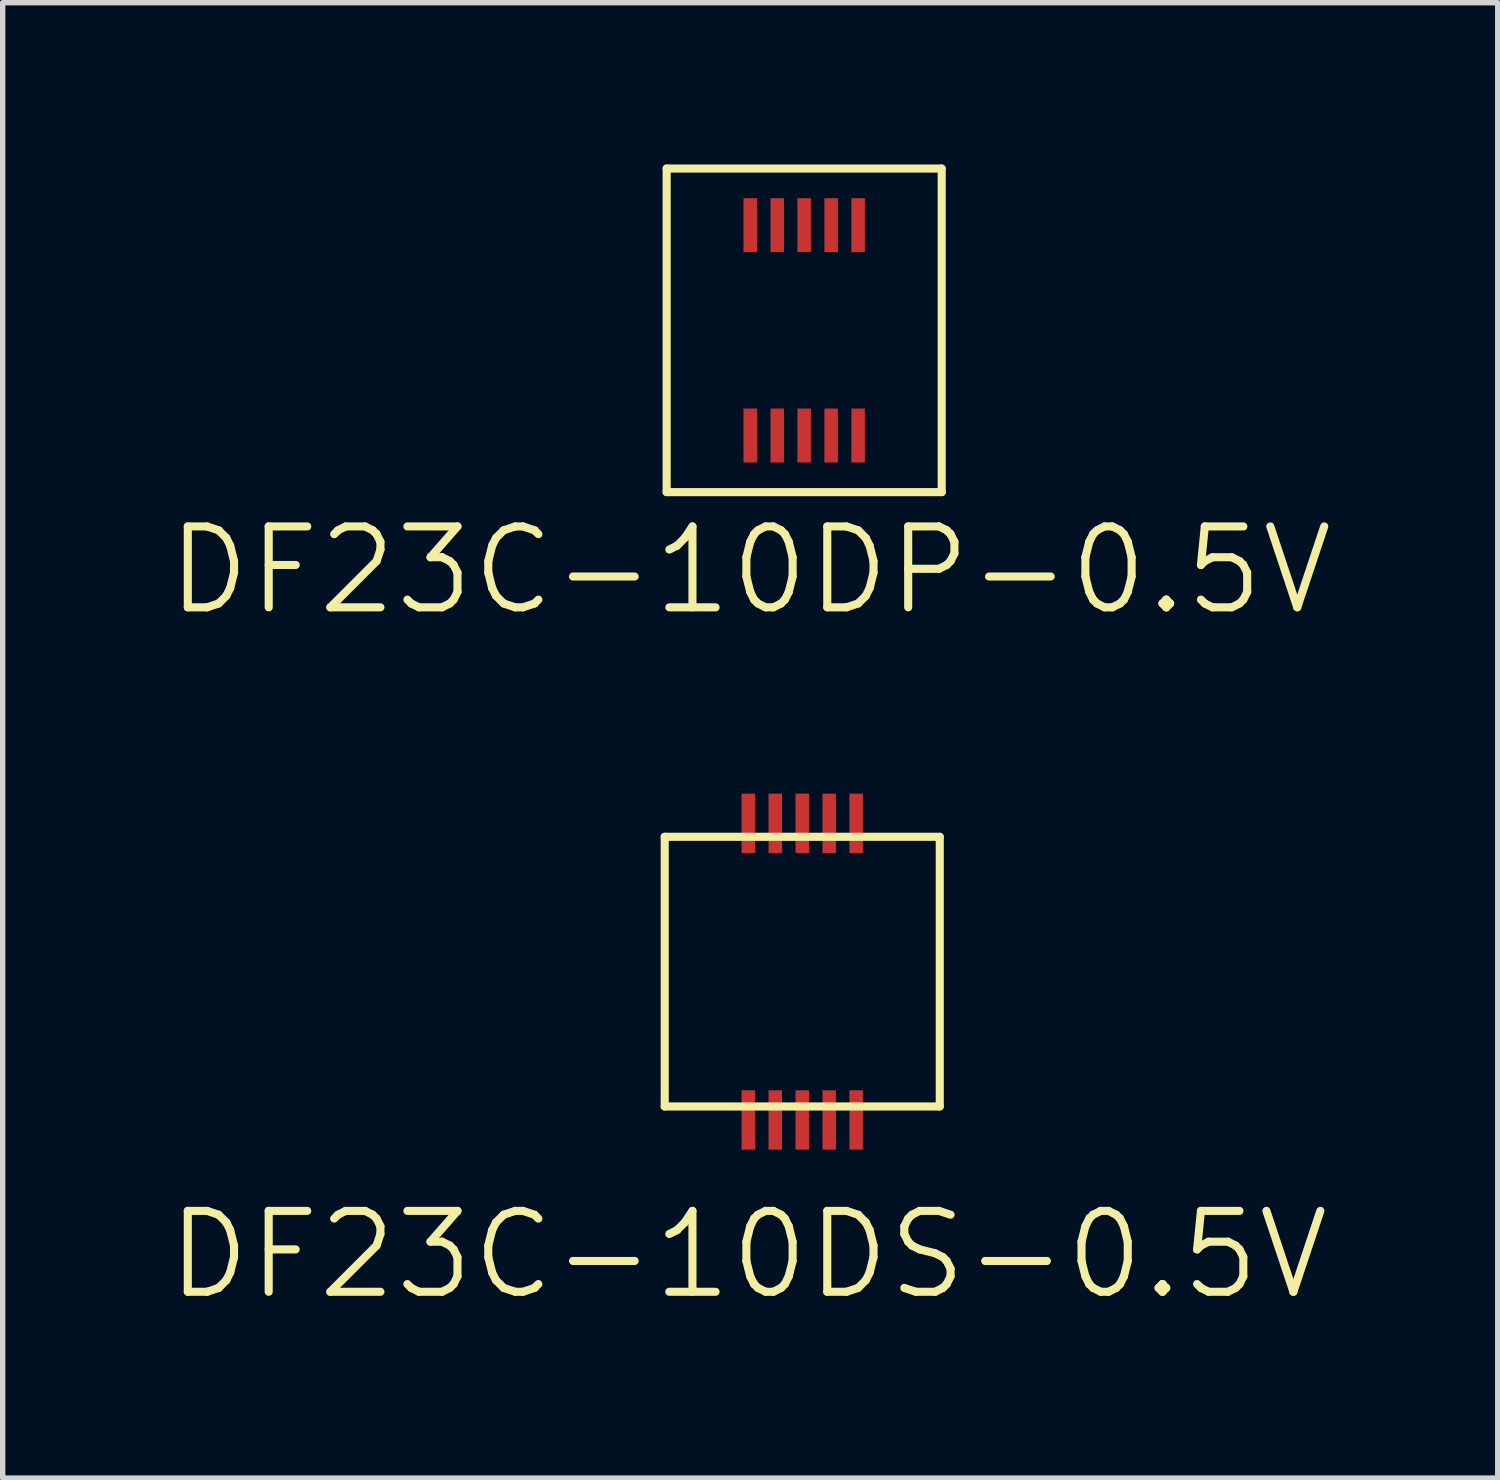
<source format=kicad_pcb>
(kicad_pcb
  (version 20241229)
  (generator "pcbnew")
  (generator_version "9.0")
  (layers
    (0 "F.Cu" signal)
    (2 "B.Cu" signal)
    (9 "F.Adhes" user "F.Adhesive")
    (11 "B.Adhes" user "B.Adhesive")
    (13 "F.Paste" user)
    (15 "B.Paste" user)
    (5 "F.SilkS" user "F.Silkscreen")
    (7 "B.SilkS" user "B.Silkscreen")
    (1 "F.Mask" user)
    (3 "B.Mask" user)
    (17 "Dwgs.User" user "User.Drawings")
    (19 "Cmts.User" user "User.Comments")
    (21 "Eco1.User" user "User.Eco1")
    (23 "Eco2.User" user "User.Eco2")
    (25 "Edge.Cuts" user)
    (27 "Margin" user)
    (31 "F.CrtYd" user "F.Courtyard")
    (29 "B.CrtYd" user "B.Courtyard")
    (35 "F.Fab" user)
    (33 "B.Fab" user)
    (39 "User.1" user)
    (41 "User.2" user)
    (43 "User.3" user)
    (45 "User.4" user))
  (footprint "DF23C-10DS-0.5V"
    (layer "F.Cu")
    (at 10.825 17.716)
    (property "Reference" "DF23C-10DS-0.5V" (at 0 2.5 0) (layer "F.SilkS") (effects (font (size 1.5 1.5) (thickness 0.15))))
    (attr through_hole)
    (fp_line (start -1.55 -5.25) (end -1.55 -0.25) (stroke (width 0.15) (type solid)) (layer "F.SilkS"))
    (fp_line (start -1.55 -5.25) (end 3.55 -5.25) (stroke (width 0.15) (type solid)) (layer "F.SilkS"))
    (fp_line (start -1.55 -0.25) (end 3.55 -0.25) (stroke (width 0.15) (type solid)) (layer "F.SilkS"))
    (fp_line (start 3.55 -5.25) (end 3.55 -0.25) (stroke (width 0.15) (type solid)) (layer "F.SilkS"))
    (pad "1" smd rect (at 0 0) (size 0.25 1.1) (layers "F.Cu" "F.Mask" "F.Paste"))
    (pad "2" smd rect (at 0 -5.5) (size 0.25 1.1) (layers "F.Cu" "F.Mask" "F.Paste"))
    (pad "3" smd rect (at 0.5 0) (size 0.25 1.1) (layers "F.Cu" "F.Mask" "F.Paste"))
    (pad "4" smd rect (at 0.5 -5.5) (size 0.25 1.1) (layers "F.Cu" "F.Mask" "F.Paste"))
    (pad "5" smd rect (at 1 0) (size 0.25 1.1) (layers "F.Cu" "F.Mask" "F.Paste"))
    (pad "6" smd rect (at 1 -5.5) (size 0.25 1.1) (layers "F.Cu" "F.Mask" "F.Paste"))
    (pad "7" smd rect (at 1.5 0) (size 0.25 1.1) (layers "F.Cu" "F.Mask" "F.Paste"))
    (pad "8" smd rect (at 1.5 -5.5) (size 0.25 1.1) (layers "F.Cu" "F.Mask" "F.Paste"))
    (pad "9" smd rect (at 2 0) (size 0.25 1.1) (layers "F.Cu" "F.Mask" "F.Paste"))
    (pad "10" smd rect (at 2 -5.5) (size 0.25 1.1) (layers "F.Cu" "F.Mask" "F.Paste")))
  (footprint "DF23C-10DP-0.5V"
    (layer "F.Cu")
    (at 10.861 5.025)
    (property "Reference" "DF23C-10DP-0.5V" (at 0 2.5 0) (layer "F.SilkS") (effects (font (size 1.5 1.5) (thickness 0.15))))
    (attr through_hole)
    (fp_line (start -1.55 -4.95) (end -1.55 1.05) (stroke (width 0.15) (type solid)) (layer "F.SilkS"))
    (fp_line (start -1.55 -4.95) (end 3.55 -4.95) (stroke (width 0.15) (type solid)) (layer "F.SilkS"))
    (fp_line (start -1.55 1.05) (end 3.55 1.05) (stroke (width 0.15) (type solid)) (layer "F.SilkS"))
    (fp_line (start 3.55 -4.95) (end 3.55 1.05) (stroke (width 0.15) (type solid)) (layer "F.SilkS"))
    (pad "1" smd rect (at 0 0) (size 0.25 1) (layers "F.Cu" "F.Mask" "F.Paste"))
    (pad "2" smd rect (at 0 -3.9) (size 0.25 1) (layers "F.Cu" "F.Mask" "F.Paste"))
    (pad "3" smd rect (at 0.5 0) (size 0.25 1) (layers "F.Cu" "F.Mask" "F.Paste"))
    (pad "4" smd rect (at 0.5 -3.9) (size 0.25 1) (layers "F.Cu" "F.Mask" "F.Paste"))
    (pad "5" smd rect (at 1 0) (size 0.25 1) (layers "F.Cu" "F.Mask" "F.Paste"))
    (pad "6" smd rect (at 1 -3.9) (size 0.25 1) (layers "F.Cu" "F.Mask" "F.Paste"))
    (pad "7" smd rect (at 1.5 0) (size 0.25 1) (layers "F.Cu" "F.Mask" "F.Paste"))
    (pad "8" smd rect (at 1.5 -3.9) (size 0.25 1) (layers "F.Cu" "F.Mask" "F.Paste"))
    (pad "9" smd rect (at 2 0) (size 0.25 1) (layers "F.Cu" "F.Mask" "F.Paste"))
    (pad "10" smd rect (at 2 -3.9) (size 0.25 1) (layers "F.Cu" "F.Mask" "F.Paste")))
  (gr_rect
    (start -3 -3)
    (end 24.721 24.357)
    (stroke (width 0.1) (type default))
    (fill no)
    (layer "Edge.Cuts")))
</source>
